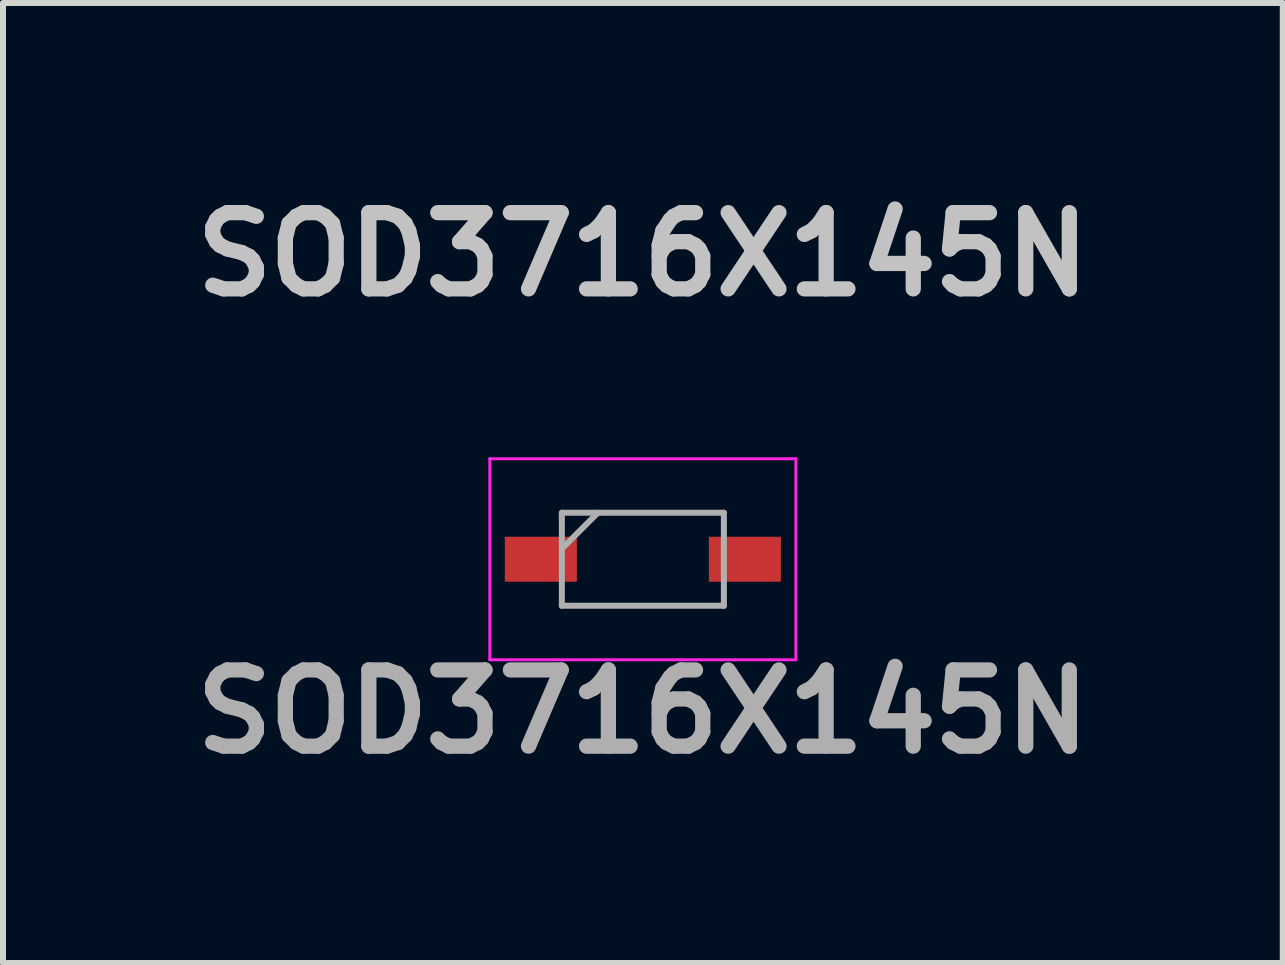
<source format=kicad_pcb>
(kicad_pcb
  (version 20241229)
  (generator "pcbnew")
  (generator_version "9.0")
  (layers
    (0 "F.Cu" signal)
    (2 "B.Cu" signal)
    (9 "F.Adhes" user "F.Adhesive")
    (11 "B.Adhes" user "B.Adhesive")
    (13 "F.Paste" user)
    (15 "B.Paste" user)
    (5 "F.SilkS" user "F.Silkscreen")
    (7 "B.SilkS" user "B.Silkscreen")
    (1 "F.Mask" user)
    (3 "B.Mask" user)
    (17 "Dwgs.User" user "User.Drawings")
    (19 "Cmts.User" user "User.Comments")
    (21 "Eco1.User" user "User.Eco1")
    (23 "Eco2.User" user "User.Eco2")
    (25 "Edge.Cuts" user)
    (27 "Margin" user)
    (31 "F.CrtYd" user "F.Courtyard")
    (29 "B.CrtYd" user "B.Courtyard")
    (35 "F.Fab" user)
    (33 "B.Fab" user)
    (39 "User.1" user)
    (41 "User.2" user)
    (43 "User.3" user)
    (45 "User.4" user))
  (footprint "SOD3716X145N"
    (layer "F.Cu")
    (at 7.662 6.269)
    (property "Reference" "SOD3716X145N" (at 0 -5.08 0) (layer "Dwgs.User") (effects (font (size 1.27 1.27) (thickness 0.254))))
    (attr smd)
    (fp_line (start -2.55 -1.675) (end 2.55 -1.675) (stroke (width 0.05) (type solid)) (layer "F.CrtYd"))
    (fp_line (start -2.55 1.675) (end -2.55 -1.675) (stroke (width 0.05) (type solid)) (layer "F.CrtYd"))
    (fp_line (start 2.55 -1.675) (end 2.55 1.675) (stroke (width 0.05) (type solid)) (layer "F.CrtYd"))
    (fp_line (start 2.55 1.675) (end -2.55 1.675) (stroke (width 0.05) (type solid)) (layer "F.CrtYd"))
    (fp_line (start -1.35 -0.775) (end 1.35 -0.775) (stroke (width 0.1) (type solid)) (layer "F.Fab"))
    (fp_line (start -1.35 -0.175) (end -0.75 -0.775) (stroke (width 0.1) (type solid)) (layer "F.Fab"))
    (fp_line (start -1.35 0.775) (end -1.35 -0.775) (stroke (width 0.1) (type solid)) (layer "F.Fab"))
    (fp_line (start 1.35 -0.775) (end 1.35 0.775) (stroke (width 0.1) (type solid)) (layer "F.Fab"))
    (fp_line (start 1.35 0.775) (end -1.35 0.775) (stroke (width 0.1) (type solid)) (layer "F.Fab"))
    (fp_text user "${REFERENCE}" (at 0 2.54 0) (layer "F.Fab") (effects (font (size 1.27 1.27) (thickness 0.254))))
    (pad "1" smd rect (at -1.7 0 90) (size 0.75 1.2) (layers "F.Cu" "F.Mask" "F.Paste"))
    (pad "2" smd rect (at 1.7 0 90) (size 0.75 1.2) (layers "F.Cu" "F.Mask" "F.Paste")))
  (gr_rect
    (start -3 -3)
    (end 18.325 12.997)
    (stroke (width 0.1) (type default))
    (fill no)
    (layer "Edge.Cuts")))
</source>
